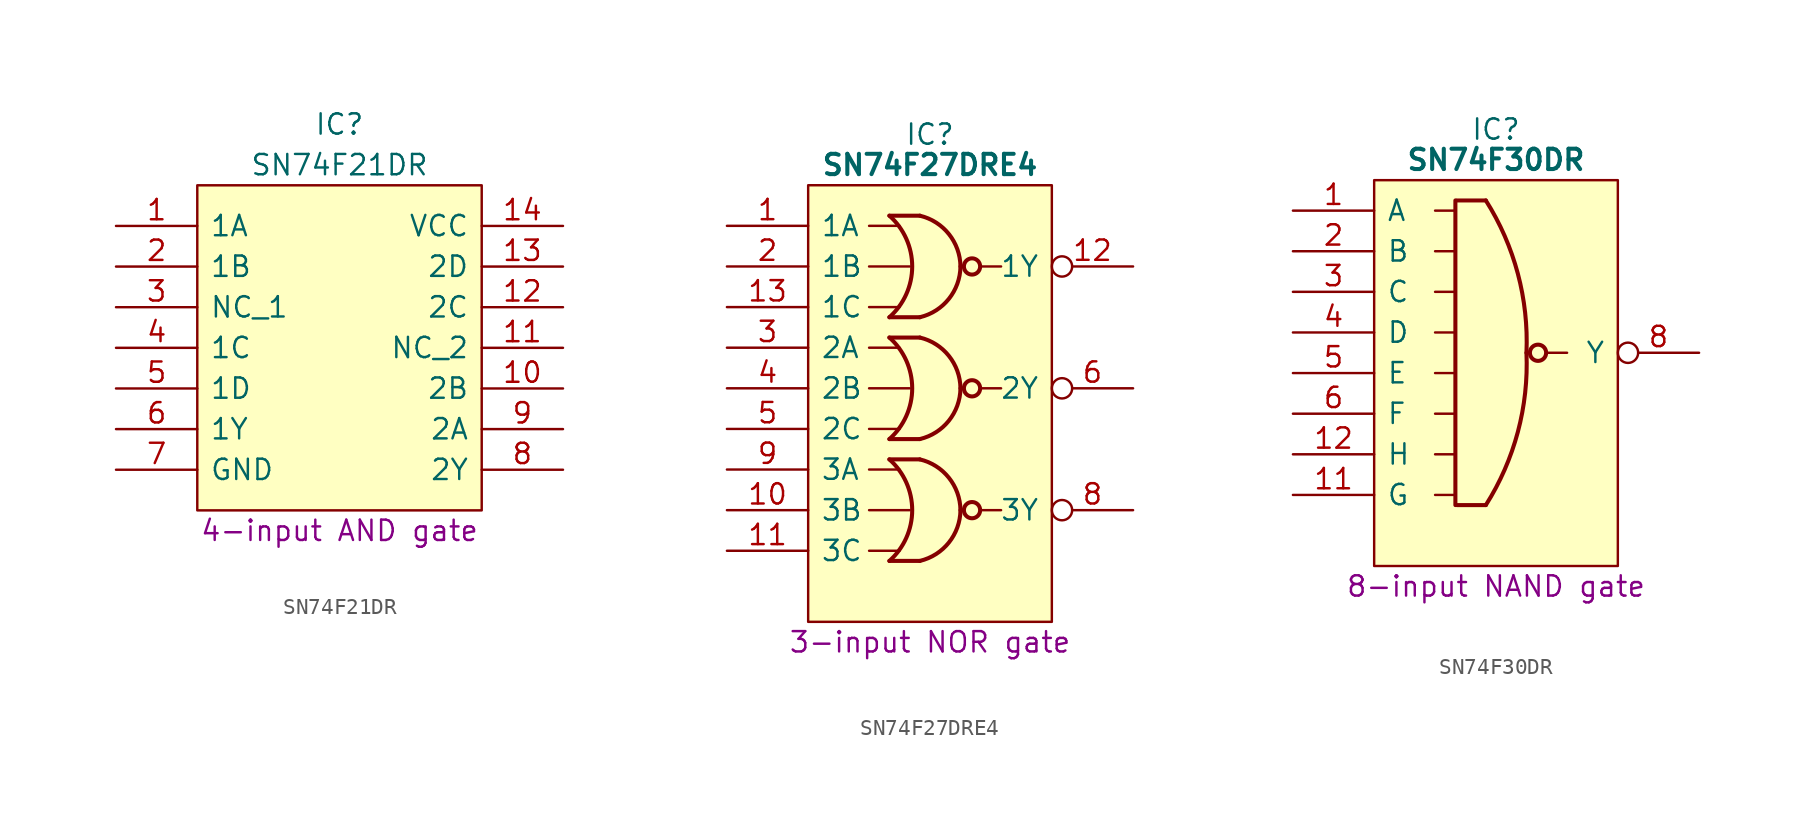
<source format=kicad_sym>
(kicad_symbol_lib
  (version 20241209)
  (generator "kicad_symbol_editor")
  (generator_version "9.0")
  (symbol "SN74F21DR"
    (pin_names
      (offset 0.762))
    (property "Reference" "IC"
      (at 13.97 6.35 0)
      (effects (font (size 1.27 1.27))))
    (property "Value" "SN74F21DR"
      (at 13.97 3.81 0)
      (effects (font (size 1.27 1.27))))
    (property "Description" "4-input AND gate"
      (at 13.97 -19.05 0)
      (effects (font (size 1.27 1.27))))
    (symbol "SN74F21DR_0_0"
      (pin passive line (at 0 0 0) (length 5.08) (name "1A" (effects (font (size 1.27 1.27)))) (number "1" (effects (font (size 1.27 1.27)))))
      (pin passive line (at 0 -2.54 0) (length 5.08) (name "1B" (effects (font (size 1.27 1.27)))) (number "2" (effects (font (size 1.27 1.27)))))
      (pin passive line (at 0 -5.08 0) (length 5.08) (name "NC_1" (effects (font (size 1.27 1.27)))) (number "3" (effects (font (size 1.27 1.27)))))
      (pin passive line (at 0 -7.62 0) (length 5.08) (name "1C" (effects (font (size 1.27 1.27)))) (number "4" (effects (font (size 1.27 1.27)))))
      (pin passive line (at 0 -10.16 0) (length 5.08) (name "1D" (effects (font (size 1.27 1.27)))) (number "5" (effects (font (size 1.27 1.27)))))
      (pin passive line (at 0 -12.7 0) (length 5.08) (name "1Y" (effects (font (size 1.27 1.27)))) (number "6" (effects (font (size 1.27 1.27)))))
      (pin passive line (at 0 -15.24 0) (length 5.08) (name "GND" (effects (font (size 1.27 1.27)))) (number "7" (effects (font (size 1.27 1.27)))))
      (pin passive line (at 27.94 0 180) (length 5.08) (name "VCC" (effects (font (size 1.27 1.27)))) (number "14" (effects (font (size 1.27 1.27)))))
      (pin passive line (at 27.94 -2.54 180) (length 5.08) (name "2D" (effects (font (size 1.27 1.27)))) (number "13" (effects (font (size 1.27 1.27)))))
      (pin passive line (at 27.94 -5.08 180) (length 5.08) (name "2C" (effects (font (size 1.27 1.27)))) (number "12" (effects (font (size 1.27 1.27)))))
      (pin passive line (at 27.94 -7.62 180) (length 5.08) (name "NC_2" (effects (font (size 1.27 1.27)))) (number "11" (effects (font (size 1.27 1.27)))))
      (pin passive line (at 27.94 -10.16 180) (length 5.08) (name "2B" (effects (font (size 1.27 1.27)))) (number "10" (effects (font (size 1.27 1.27)))))
      (pin passive line (at 27.94 -12.7 180) (length 5.08) (name "2A" (effects (font (size 1.27 1.27)))) (number "9" (effects (font (size 1.27 1.27)))))
      (pin passive line (at 27.94 -15.24 180) (length 5.08) (name "2Y" (effects (font (size 1.27 1.27)))) (number "8" (effects (font (size 1.27 1.27))))))
    (symbol "SN74F21DR_0_1"
      (polyline (pts (xy 5.08 2.54) (xy 22.86 2.54) (xy 22.86 -17.78) (xy 5.08 -17.78) (xy 5.08 2.54)) (stroke (width 0.152) (type default)) (fill (type background)))))
  (symbol "SN74F27DRE4"
    (pin_names
      (offset 0.762))
    (property "Reference" "IC"
      (at 12.7 5.715 0)
      (effects (font (size 1.27 1.27))))
    (property "Value" "SN74F27DRE4"
      (at 12.7 3.81 0)
      (effects (font (size 1.27 1.27) (bold yes))))
    (property "Description" "3-input NOR gate"
      (at 12.7 -26.035 0)
      (effects (font (size 1.27 1.27))))
    (symbol "SN74F27DRE4_0_0"
      (pin input line (at 0 0 0) (length 5.08) (name "1A" (effects (font (size 1.27 1.27)))) (number "1" (effects (font (size 1.27 1.27)))))
      (pin input line (at 0 -2.54 0) (length 5.08) (name "1B" (effects (font (size 1.27 1.27)))) (number "2" (effects (font (size 1.27 1.27)))))
      (pin input line (at 0 -5.08 0) (length 5.08) (name "1C" (effects (font (size 1.27 1.27)))) (number "13" (effects (font (size 1.27 1.27)))))
      (pin input line (at 0 -7.62 0) (length 5.08) (name "2A" (effects (font (size 1.27 1.27)))) (number "3" (effects (font (size 1.27 1.27)))))
      (pin input line (at 0 -10.16 0) (length 5.08) (name "2B" (effects (font (size 1.27 1.27)))) (number "4" (effects (font (size 1.27 1.27)))))
      (pin input line (at 0 -12.7 0) (length 5.08) (name "2C" (effects (font (size 1.27 1.27)))) (number "5" (effects (font (size 1.27 1.27)))))
      (pin input line (at 0 -15.24 0) (length 5.08) (name "3A" (effects (font (size 1.27 1.27)))) (number "9" (effects (font (size 1.27 1.27)))))
      (pin input line (at 0 -17.78 0) (length 5.08) (name "3B" (effects (font (size 1.27 1.27)))) (number "10" (effects (font (size 1.27 1.27)))))
      (pin input line (at 0 -20.32 0) (length 5.08) (name "3C" (effects (font (size 1.27 1.27)))) (number "11" (effects (font (size 1.27 1.27))))))
    (symbol "SN74F27DRE4_0_1"
      (polyline (pts (xy 5.08 2.54) (xy 20.32 2.54) (xy 20.32 -24.765) (xy 5.08 -24.765) (xy 5.08 2.54)) (stroke (width 0.152) (type default)) (fill (type background)))
      (arc (start 10.16 0.635) (mid 11.5867 -2.54) (end 10.16 -5.715) (stroke (width 0.254) (type default)) (fill (type none)))
      (arc (start 10.16 -6.985) (mid 11.5867 -10.16) (end 10.16 -13.335) (stroke (width 0.254) (type default)) (fill (type none)))
      (arc (start 10.16 -14.605) (mid 11.5867 -17.78) (end 10.16 -20.955) (stroke (width 0.254) (type default)) (fill (type none)))
      (polyline (pts (xy 8.89 0) (xy 10.795 0)) (stroke (width 0) (type default)) (fill (type none)))
      (polyline (pts (xy 8.89 -2.54) (xy 11.43 -2.54)) (stroke (width 0) (type default)) (fill (type none)))
      (polyline (pts (xy 8.89 -5.08) (xy 10.795 -5.08)) (stroke (width 0) (type default)) (fill (type none)))
      (polyline (pts (xy 8.89 -7.62) (xy 10.795 -7.62)) (stroke (width 0) (type default)) (fill (type none)))
      (polyline (pts (xy 8.89 -10.16) (xy 11.43 -10.16)) (stroke (width 0) (type default)) (fill (type none)))
      (polyline (pts (xy 8.89 -12.7) (xy 10.795 -12.7)) (stroke (width 0) (type default)) (fill (type none)))
      (polyline (pts (xy 8.89 -15.24) (xy 10.795 -15.24)) (stroke (width 0) (type default)) (fill (type none)))
      (polyline (pts (xy 8.89 -17.78) (xy 11.43 -17.78)) (stroke (width 0) (type default)) (fill (type none)))
      (polyline (pts (xy 8.89 -20.32) (xy 10.795 -20.32)) (stroke (width 0) (type default)) (fill (type none)))
      (arc (start 14.605 -2.54) (mid 13.8812 -4.5645) (end 12.065 -5.715) (stroke (width 0.254) (type default)) (fill (type none)))
      (arc (start 14.605 -10.16) (mid 13.8812 -12.1845) (end 12.065 -13.335) (stroke (width 0.254) (type default)) (fill (type none)))
      (arc (start 14.605 -17.78) (mid 13.8812 -19.8045) (end 12.065 -20.955) (stroke (width 0.254) (type default)) (fill (type none)))
      (arc (start 12.065 -6.985) (mid 13.8818 -8.1349) (end 14.605 -10.16) (stroke (width 0.254) (type default)) (fill (type none)))
      (arc (start 12.065 -14.605) (mid 13.8818 -15.7549) (end 14.605 -17.78) (stroke (width 0.254) (type default)) (fill (type none)))
      (arc (start 12.065 0.635) (mid 13.8823 -0.5147) (end 14.605 -2.54) (stroke (width 0.254) (type default)) (fill (type none)))
      (polyline (pts (xy 12.065 0.635) (xy 10.16 0.635)) (stroke (width 0.254) (type default)) (fill (type background)))
      (polyline (pts (xy 12.065 -5.715) (xy 10.16 -5.715)) (stroke (width 0.254) (type default)) (fill (type background)))
      (polyline (pts (xy 12.065 -6.985) (xy 10.16 -6.985)) (stroke (width 0.254) (type default)) (fill (type background)))
      (polyline (pts (xy 12.065 -13.335) (xy 10.16 -13.335)) (stroke (width 0.254) (type default)) (fill (type background)))
      (polyline (pts (xy 12.065 -14.605) (xy 10.16 -14.605)) (stroke (width 0.254) (type default)) (fill (type background)))
      (polyline (pts (xy 12.065 -20.955) (xy 10.16 -20.955)) (stroke (width 0.254) (type default)) (fill (type background)))
      (circle (center 15.328 -2.54) (radius 0.508) (stroke (width 0.254) (type default)) (fill (type none)))
      (circle (center 15.328 -10.16) (radius 0.508) (stroke (width 0.254) (type default)) (fill (type none)))
      (circle (center 15.328 -17.78) (radius 0.508) (stroke (width 0.254) (type default)) (fill (type none)))
      (polyline (pts (xy 15.963 -2.54) (xy 17.145 -2.54)) (stroke (width 0) (type default)) (fill (type none)))
      (polyline (pts (xy 15.963 -10.16) (xy 17.145 -10.16)) (stroke (width 0) (type default)) (fill (type none)))
      (polyline (pts (xy 15.963 -17.78) (xy 17.145 -17.78)) (stroke (width 0) (type default)) (fill (type none))))
    (symbol "SN74F27DRE4_1_0"
      (pin passive line (at 0 -22.86 0) (length 5.08) (hide yes) (name "GND" (effects (font (size 1.27 1.27)))) (number "7" (effects (font (size 1.27 1.27)))))
      (pin passive line (at 25.4 0 180) (length 5.08) (hide yes) (name "5V" (effects (font (size 1.27 1.27)))) (number "14" (effects (font (size 1.27 1.27)))))
      (pin output inverted (at 25.4 -2.54 180) (length 5.08) (name "1Y" (effects (font (size 1.27 1.27)))) (number "12" (effects (font (size 1.27 1.27)))))
      (pin output inverted (at 25.4 -10.16 180) (length 5.08) (name "2Y" (effects (font (size 1.27 1.27)))) (number "6" (effects (font (size 1.27 1.27)))))
      (pin output inverted (at 25.4 -17.78 180) (length 5.08) (name "3Y" (effects (font (size 1.27 1.27)))) (number "8" (effects (font (size 1.27 1.27)))))))
  (symbol "SN74F30DR"
    (pin_names
      (offset 0.762))
    (property "Reference" "IC"
      (at 12.7 5.08 0)
      (effects (font (size 1.27 1.27))))
    (property "Value" "SN74F30DR"
      (at 12.7 3.175 0)
      (effects (font (size 1.27 1.27) (bold yes))))
    (property "Description" "8-input NAND gate"
      (at 12.7 -23.495 0)
      (effects (font (size 1.27 1.27))))
    (symbol "SN74F30DR_0_0"
      (pin input line (at 0 0 0) (length 5.08) (name "A" (effects (font (size 1.27 1.27)))) (number "1" (effects (font (size 1.27 1.27)))))
      (pin input line (at 0 -2.54 0) (length 5.08) (name "B" (effects (font (size 1.27 1.27)))) (number "2" (effects (font (size 1.27 1.27)))))
      (pin input line (at 0 -5.08 0) (length 5.08) (name "C" (effects (font (size 1.27 1.27)))) (number "3" (effects (font (size 1.27 1.27)))))
      (pin input line (at 0 -7.62 0) (length 5.08) (name "D" (effects (font (size 1.27 1.27)))) (number "4" (effects (font (size 1.27 1.27)))))
      (pin input line (at 0 -10.16 0) (length 5.08) (name "E" (effects (font (size 1.27 1.27)))) (number "5" (effects (font (size 1.27 1.27)))))
      (pin input line (at 0 -12.7 0) (length 5.08) (name "F" (effects (font (size 1.27 1.27)))) (number "6" (effects (font (size 1.27 1.27)))))
      (pin input line (at 0 -15.24 0) (length 5.08) (name "H" (effects (font (size 1.27 1.27)))) (number "12" (effects (font (size 1.27 1.27)))))
      (pin input line (at 0 -17.78 0) (length 5.08) (name "G" (effects (font (size 1.27 1.27)))) (number "11" (effects (font (size 1.27 1.27)))))
      (pin passive line (at 0 -20.32 0) (length 5.08) (hide yes) (name "GND" (effects (font (size 1.27 1.27)))) (number "7" (effects (font (size 1.27 1.27)))))
      (pin passive line (at 25.4 0 180) (length 5.08) (hide yes) (name "5V" (effects (font (size 1.27 1.27)))) (number "14" (effects (font (size 1.27 1.27)))))
      (pin no_connect line (at 25.4 -15.24 180) (length 5.08) (hide yes) (name "N.C." (effects (font (size 1.27 1.27)))) (number "13" (effects (font (size 1.27 1.27)))))
      (pin no_connect line (at 25.4 -17.78 180) (length 5.08) (hide yes) (name "N.C." (effects (font (size 1.27 1.27)))) (number "10" (effects (font (size 1.27 1.27)))))
      (pin no_connect line (at 25.4 -20.32 180) (length 5.08) (hide yes) (name "N.C." (effects (font (size 1.27 1.27)))) (number "9" (effects (font (size 1.27 1.27))))))
    (symbol "SN74F30DR_0_1"
      (arc (start 12.065 0.635) (mid 14.0638 -3.9331) (end 14.605 -8.89) (stroke (width 0.254) (type default)) (fill (type none)))
      (arc (start 14.605 -8.89) (mid 14.065 -13.8472) (end 12.065 -18.415) (stroke (width 0.254) (type default)) (fill (type none)))
      (polyline (pts (xy 5.08 1.905) (xy 20.32 1.905) (xy 20.32 -22.225) (xy 5.08 -22.225) (xy 5.08 1.905)) (stroke (width 0.152) (type default)) (fill (type background)))
      (polyline (pts (xy 8.89 0) (xy 10.16 0)) (stroke (width 0) (type default)) (fill (type none)))
      (polyline (pts (xy 8.89 -2.54) (xy 10.16 -2.54)) (stroke (width 0) (type default)) (fill (type none)))
      (polyline (pts (xy 8.89 -5.08) (xy 10.16 -5.08)) (stroke (width 0) (type default)) (fill (type none)))
      (polyline (pts (xy 8.89 -7.62) (xy 10.16 -7.62)) (stroke (width 0) (type default)) (fill (type none)))
      (polyline (pts (xy 8.89 -10.16) (xy 10.16 -10.16)) (stroke (width 0) (type default)) (fill (type none)))
      (polyline (pts (xy 8.89 -12.7) (xy 10.16 -12.7)) (stroke (width 0) (type default)) (fill (type none)))
      (polyline (pts (xy 8.89 -15.24) (xy 10.16 -15.24)) (stroke (width 0) (type default)) (fill (type none)))
      (polyline (pts (xy 8.89 -17.78) (xy 10.16 -17.78)) (stroke (width 0) (type default)) (fill (type none)))
      (polyline (pts (xy 10.16 0.635) (xy 10.16 -18.415)) (stroke (width 0.254) (type default)) (fill (type background)))
      (polyline (pts (xy 12.065 0.635) (xy 10.248 0.635)) (stroke (width 0.254) (type default)) (fill (type background)))
      (polyline (pts (xy 12.065 -18.415) (xy 10.248 -18.415)) (stroke (width 0.254) (type default)) (fill (type background)))
      (circle (center 15.328 -8.89) (radius 0.508) (stroke (width 0.254) (type default)) (fill (type none)))
      (polyline (pts (xy 15.963 -8.89) (xy 17.145 -8.89)) (stroke (width 0) (type default)) (fill (type none))))
    (symbol "SN74F30DR_1_0"
      (pin output inverted (at 25.4 -8.89 180) (length 5.08) (name "Y" (effects (font (size 1.27 1.27)))) (number "8" (effects (font (size 1.27 1.27))))))))
</source>
